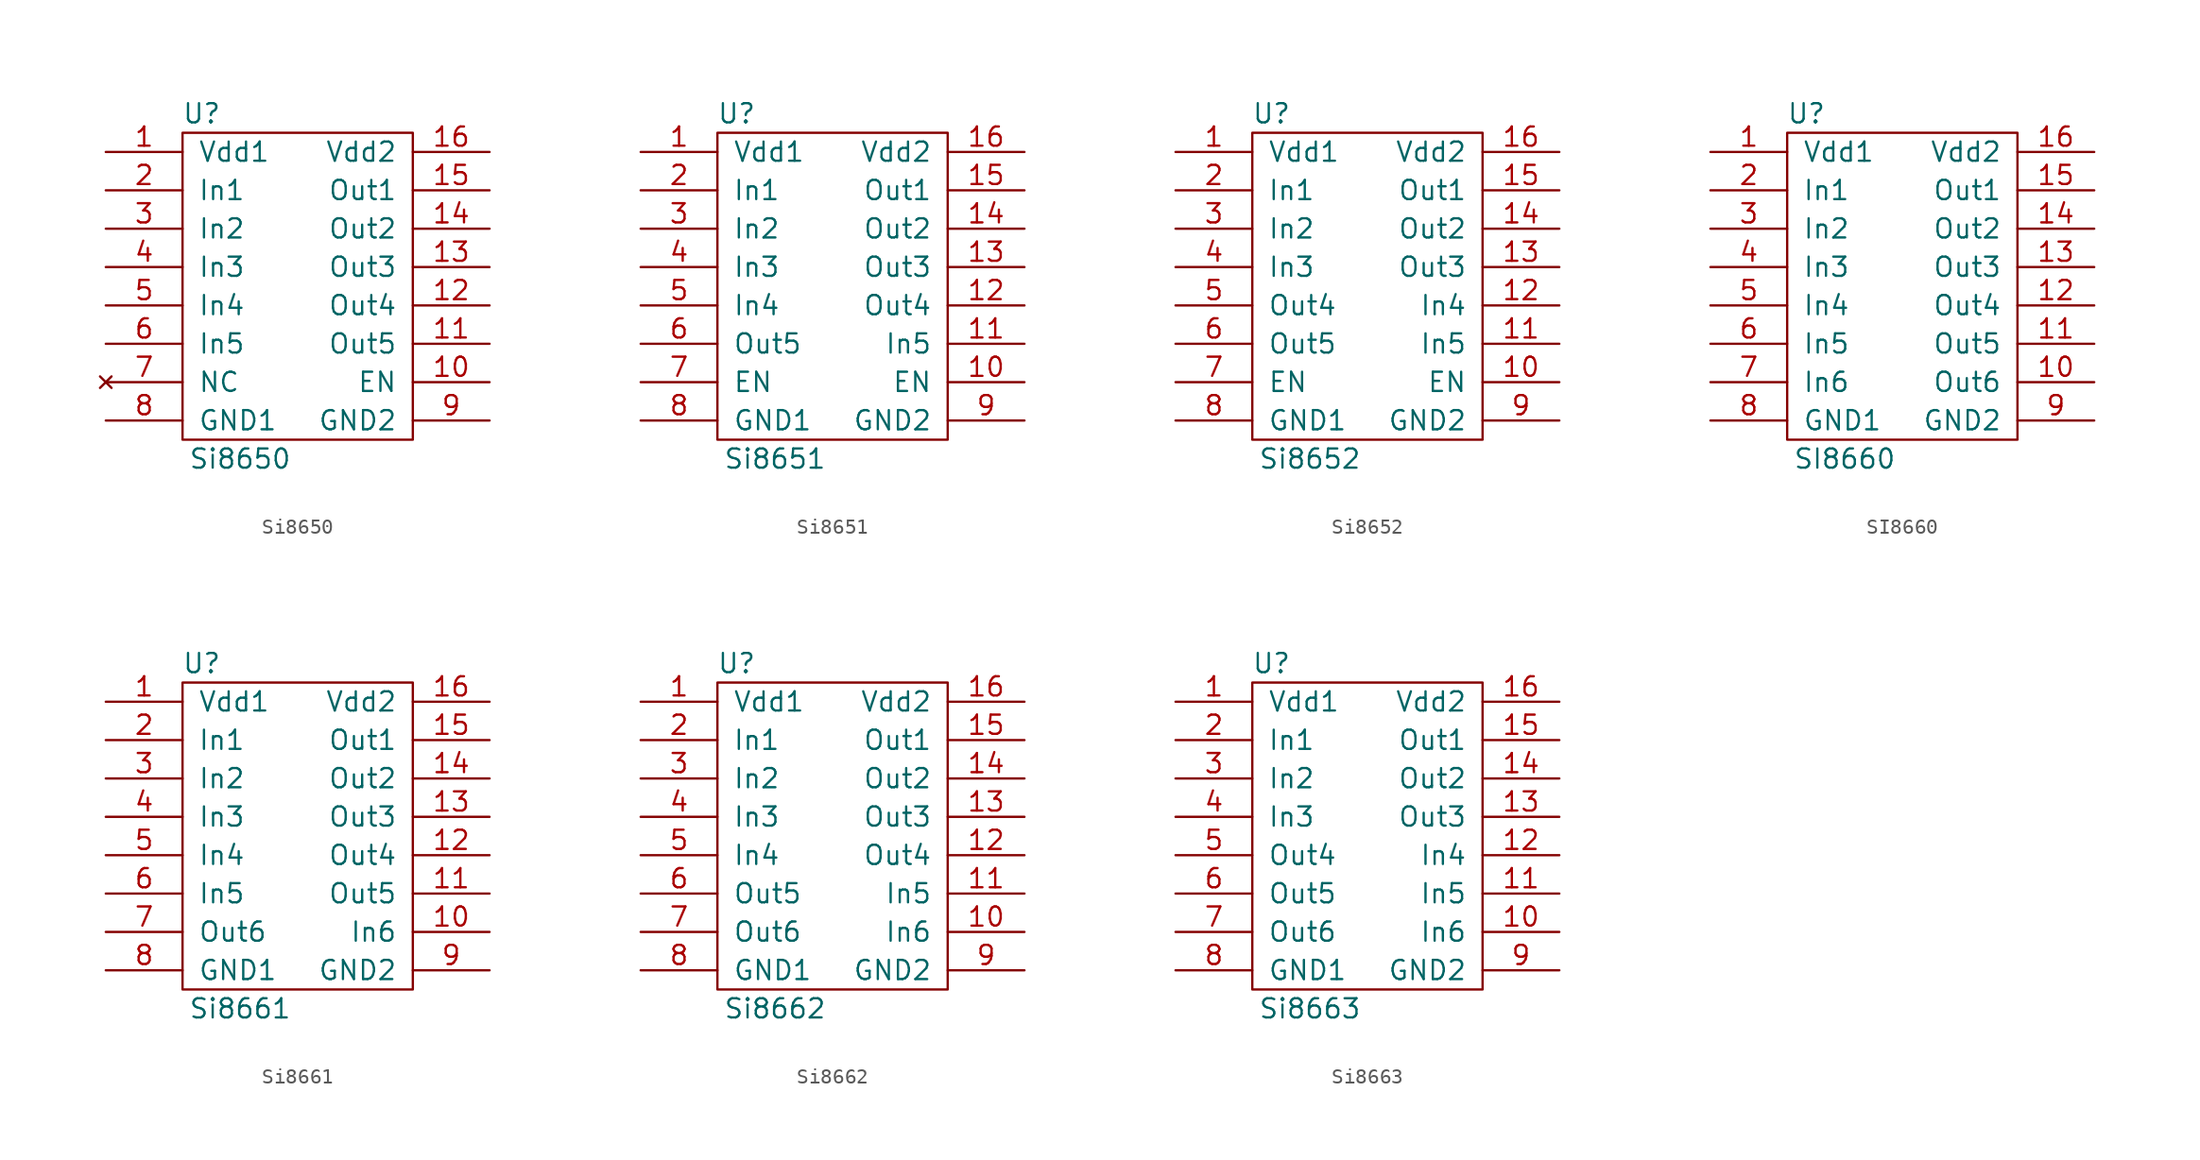
<source format=kicad_sym>
(kicad_symbol_lib
  (version 20211014)
  (generator kicad_symbol_editor)
  (symbol "Si8650"
    (pin_names
      (offset 1.016))
    (property "Reference" "U"
      (at -6.35 12.7 0)
      (effects (font (size 1.27 1.27))))
    (property "Value" "Si8650"
      (at -3.81 -10.16 0)
      (effects (font (size 1.27 1.27))))
    (symbol "Si8650_1_1"
      (rectangle (start -7.62 11.43) (end 7.62 -8.89) (stroke (width 0) (type default) (color 0 0 0 0)) (fill (type none)))
      (pin power_in line (at -12.7 10.16 0) (length 5.08) (name "Vdd1" (effects (font (size 1.27 1.27)))) (number "1" (effects (font (size 1.27 1.27)))))
      (pin input line (at 12.7 -5.08 180) (length 5.08) (name "EN" (effects (font (size 1.27 1.27)))) (number "10" (effects (font (size 1.27 1.27)))))
      (pin output line (at 12.7 -2.54 180) (length 5.08) (name "Out5" (effects (font (size 1.27 1.27)))) (number "11" (effects (font (size 1.27 1.27)))))
      (pin output line (at 12.7 0 180) (length 5.08) (name "Out4" (effects (font (size 1.27 1.27)))) (number "12" (effects (font (size 1.27 1.27)))))
      (pin output line (at 12.7 2.54 180) (length 5.08) (name "Out3" (effects (font (size 1.27 1.27)))) (number "13" (effects (font (size 1.27 1.27)))))
      (pin output line (at 12.7 5.08 180) (length 5.08) (name "Out2" (effects (font (size 1.27 1.27)))) (number "14" (effects (font (size 1.27 1.27)))))
      (pin output line (at 12.7 7.62 180) (length 5.08) (name "Out1" (effects (font (size 1.27 1.27)))) (number "15" (effects (font (size 1.27 1.27)))))
      (pin power_in line (at 12.7 10.16 180) (length 5.08) (name "Vdd2" (effects (font (size 1.27 1.27)))) (number "16" (effects (font (size 1.27 1.27)))))
      (pin input line (at -12.7 7.62 0) (length 5.08) (name "In1" (effects (font (size 1.27 1.27)))) (number "2" (effects (font (size 1.27 1.27)))))
      (pin input line (at -12.7 5.08 0) (length 5.08) (name "In2" (effects (font (size 1.27 1.27)))) (number "3" (effects (font (size 1.27 1.27)))))
      (pin input line (at -12.7 2.54 0) (length 5.08) (name "In3" (effects (font (size 1.27 1.27)))) (number "4" (effects (font (size 1.27 1.27)))))
      (pin input line (at -12.7 0 0) (length 5.08) (name "In4" (effects (font (size 1.27 1.27)))) (number "5" (effects (font (size 1.27 1.27)))))
      (pin input line (at -12.7 -2.54 0) (length 5.08) (name "In5" (effects (font (size 1.27 1.27)))) (number "6" (effects (font (size 1.27 1.27)))))
      (pin no_connect line (at -12.7 -5.08 0) (length 5.08) (name "NC" (effects (font (size 1.27 1.27)))) (number "7" (effects (font (size 1.27 1.27)))))
      (pin power_in line (at -12.7 -7.62 0) (length 5.08) (name "GND1" (effects (font (size 1.27 1.27)))) (number "8" (effects (font (size 1.27 1.27)))))
      (pin power_in line (at 12.7 -7.62 180) (length 5.08) (name "GND2" (effects (font (size 1.27 1.27)))) (number "9" (effects (font (size 1.27 1.27)))))))
  (symbol "Si8651"
    (pin_names
      (offset 1.016))
    (property "Reference" "U"
      (at -6.35 11.43 0)
      (effects (font (size 1.27 1.27))))
    (property "Value" "Si8651"
      (at -3.81 -11.43 0)
      (effects (font (size 1.27 1.27))))
    (symbol "Si8651_1_1"
      (rectangle (start -7.62 10.16) (end 7.62 -10.16) (stroke (width 0) (type default) (color 0 0 0 0)) (fill (type none)))
      (pin power_in line (at -12.7 8.89 0) (length 5.08) (name "Vdd1" (effects (font (size 1.27 1.27)))) (number "1" (effects (font (size 1.27 1.27)))))
      (pin input line (at 12.7 -6.35 180) (length 5.08) (name "EN" (effects (font (size 1.27 1.27)))) (number "10" (effects (font (size 1.27 1.27)))))
      (pin input line (at 12.7 -3.81 180) (length 5.08) (name "In5" (effects (font (size 1.27 1.27)))) (number "11" (effects (font (size 1.27 1.27)))))
      (pin output line (at 12.7 -1.27 180) (length 5.08) (name "Out4" (effects (font (size 1.27 1.27)))) (number "12" (effects (font (size 1.27 1.27)))))
      (pin output line (at 12.7 1.27 180) (length 5.08) (name "Out3" (effects (font (size 1.27 1.27)))) (number "13" (effects (font (size 1.27 1.27)))))
      (pin output line (at 12.7 3.81 180) (length 5.08) (name "Out2" (effects (font (size 1.27 1.27)))) (number "14" (effects (font (size 1.27 1.27)))))
      (pin output line (at 12.7 6.35 180) (length 5.08) (name "Out1" (effects (font (size 1.27 1.27)))) (number "15" (effects (font (size 1.27 1.27)))))
      (pin power_in line (at 12.7 8.89 180) (length 5.08) (name "Vdd2" (effects (font (size 1.27 1.27)))) (number "16" (effects (font (size 1.27 1.27)))))
      (pin input line (at -12.7 6.35 0) (length 5.08) (name "In1" (effects (font (size 1.27 1.27)))) (number "2" (effects (font (size 1.27 1.27)))))
      (pin input line (at -12.7 3.81 0) (length 5.08) (name "In2" (effects (font (size 1.27 1.27)))) (number "3" (effects (font (size 1.27 1.27)))))
      (pin input line (at -12.7 1.27 0) (length 5.08) (name "In3" (effects (font (size 1.27 1.27)))) (number "4" (effects (font (size 1.27 1.27)))))
      (pin input line (at -12.7 -1.27 0) (length 5.08) (name "In4" (effects (font (size 1.27 1.27)))) (number "5" (effects (font (size 1.27 1.27)))))
      (pin output line (at -12.7 -3.81 0) (length 5.08) (name "Out5" (effects (font (size 1.27 1.27)))) (number "6" (effects (font (size 1.27 1.27)))))
      (pin input line (at -12.7 -6.35 0) (length 5.08) (name "EN" (effects (font (size 1.27 1.27)))) (number "7" (effects (font (size 1.27 1.27)))))
      (pin power_in line (at -12.7 -8.89 0) (length 5.08) (name "GND1" (effects (font (size 1.27 1.27)))) (number "8" (effects (font (size 1.27 1.27)))))
      (pin power_in line (at 12.7 -8.89 180) (length 5.08) (name "GND2" (effects (font (size 1.27 1.27)))) (number "9" (effects (font (size 1.27 1.27)))))))
  (symbol "Si8652"
    (pin_names
      (offset 1.016))
    (property "Reference" "U"
      (at -6.35 11.43 0)
      (effects (font (size 1.27 1.27))))
    (property "Value" "Si8652"
      (at -3.81 -11.43 0)
      (effects (font (size 1.27 1.27))))
    (symbol "Si8652_1_1"
      (rectangle (start -7.62 10.16) (end 7.62 -10.16) (stroke (width 0) (type default) (color 0 0 0 0)) (fill (type none)))
      (pin power_in line (at -12.7 8.89 0) (length 5.08) (name "Vdd1" (effects (font (size 1.27 1.27)))) (number "1" (effects (font (size 1.27 1.27)))))
      (pin input line (at 12.7 -6.35 180) (length 5.08) (name "EN" (effects (font (size 1.27 1.27)))) (number "10" (effects (font (size 1.27 1.27)))))
      (pin input line (at 12.7 -3.81 180) (length 5.08) (name "In5" (effects (font (size 1.27 1.27)))) (number "11" (effects (font (size 1.27 1.27)))))
      (pin input line (at 12.7 -1.27 180) (length 5.08) (name "In4" (effects (font (size 1.27 1.27)))) (number "12" (effects (font (size 1.27 1.27)))))
      (pin output line (at 12.7 1.27 180) (length 5.08) (name "Out3" (effects (font (size 1.27 1.27)))) (number "13" (effects (font (size 1.27 1.27)))))
      (pin output line (at 12.7 3.81 180) (length 5.08) (name "Out2" (effects (font (size 1.27 1.27)))) (number "14" (effects (font (size 1.27 1.27)))))
      (pin output line (at 12.7 6.35 180) (length 5.08) (name "Out1" (effects (font (size 1.27 1.27)))) (number "15" (effects (font (size 1.27 1.27)))))
      (pin power_in line (at 12.7 8.89 180) (length 5.08) (name "Vdd2" (effects (font (size 1.27 1.27)))) (number "16" (effects (font (size 1.27 1.27)))))
      (pin input line (at -12.7 6.35 0) (length 5.08) (name "In1" (effects (font (size 1.27 1.27)))) (number "2" (effects (font (size 1.27 1.27)))))
      (pin input line (at -12.7 3.81 0) (length 5.08) (name "In2" (effects (font (size 1.27 1.27)))) (number "3" (effects (font (size 1.27 1.27)))))
      (pin input line (at -12.7 1.27 0) (length 5.08) (name "In3" (effects (font (size 1.27 1.27)))) (number "4" (effects (font (size 1.27 1.27)))))
      (pin output line (at -12.7 -1.27 0) (length 5.08) (name "Out4" (effects (font (size 1.27 1.27)))) (number "5" (effects (font (size 1.27 1.27)))))
      (pin output line (at -12.7 -3.81 0) (length 5.08) (name "Out5" (effects (font (size 1.27 1.27)))) (number "6" (effects (font (size 1.27 1.27)))))
      (pin input line (at -12.7 -6.35 0) (length 5.08) (name "EN" (effects (font (size 1.27 1.27)))) (number "7" (effects (font (size 1.27 1.27)))))
      (pin power_in line (at -12.7 -8.89 0) (length 5.08) (name "GND1" (effects (font (size 1.27 1.27)))) (number "8" (effects (font (size 1.27 1.27)))))
      (pin power_in line (at 12.7 -8.89 180) (length 5.08) (name "GND2" (effects (font (size 1.27 1.27)))) (number "9" (effects (font (size 1.27 1.27)))))))
  (symbol "SI8660"
    (pin_names
      (offset 1.016))
    (property "Reference" "U"
      (at -6.35 11.43 0)
      (effects (font (size 1.27 1.27))))
    (property "Value" "SI8660"
      (at -3.81 -11.43 0)
      (effects (font (size 1.27 1.27))))
    (symbol "SI8660_1_1"
      (rectangle (start -7.62 10.16) (end 7.62 -10.16) (stroke (width 0) (type default) (color 0 0 0 0)) (fill (type none)))
      (pin power_in line (at -12.7 8.89 0) (length 5.08) (name "Vdd1" (effects (font (size 1.27 1.27)))) (number "1" (effects (font (size 1.27 1.27)))))
      (pin output line (at 12.7 -6.35 180) (length 5.08) (name "Out6" (effects (font (size 1.27 1.27)))) (number "10" (effects (font (size 1.27 1.27)))))
      (pin output line (at 12.7 -3.81 180) (length 5.08) (name "Out5" (effects (font (size 1.27 1.27)))) (number "11" (effects (font (size 1.27 1.27)))))
      (pin output line (at 12.7 -1.27 180) (length 5.08) (name "Out4" (effects (font (size 1.27 1.27)))) (number "12" (effects (font (size 1.27 1.27)))))
      (pin output line (at 12.7 1.27 180) (length 5.08) (name "Out3" (effects (font (size 1.27 1.27)))) (number "13" (effects (font (size 1.27 1.27)))))
      (pin output line (at 12.7 3.81 180) (length 5.08) (name "Out2" (effects (font (size 1.27 1.27)))) (number "14" (effects (font (size 1.27 1.27)))))
      (pin output line (at 12.7 6.35 180) (length 5.08) (name "Out1" (effects (font (size 1.27 1.27)))) (number "15" (effects (font (size 1.27 1.27)))))
      (pin power_in line (at 12.7 8.89 180) (length 5.08) (name "Vdd2" (effects (font (size 1.27 1.27)))) (number "16" (effects (font (size 1.27 1.27)))))
      (pin input line (at -12.7 6.35 0) (length 5.08) (name "In1" (effects (font (size 1.27 1.27)))) (number "2" (effects (font (size 1.27 1.27)))))
      (pin input line (at -12.7 3.81 0) (length 5.08) (name "In2" (effects (font (size 1.27 1.27)))) (number "3" (effects (font (size 1.27 1.27)))))
      (pin input line (at -12.7 1.27 0) (length 5.08) (name "In3" (effects (font (size 1.27 1.27)))) (number "4" (effects (font (size 1.27 1.27)))))
      (pin input line (at -12.7 -1.27 0) (length 5.08) (name "In4" (effects (font (size 1.27 1.27)))) (number "5" (effects (font (size 1.27 1.27)))))
      (pin input line (at -12.7 -3.81 0) (length 5.08) (name "In5" (effects (font (size 1.27 1.27)))) (number "6" (effects (font (size 1.27 1.27)))))
      (pin input line (at -12.7 -6.35 0) (length 5.08) (name "In6" (effects (font (size 1.27 1.27)))) (number "7" (effects (font (size 1.27 1.27)))))
      (pin power_in line (at -12.7 -8.89 0) (length 5.08) (name "GND1" (effects (font (size 1.27 1.27)))) (number "8" (effects (font (size 1.27 1.27)))))
      (pin power_in line (at 12.7 -8.89 180) (length 5.08) (name "GND2" (effects (font (size 1.27 1.27)))) (number "9" (effects (font (size 1.27 1.27)))))))
  (symbol "Si8661"
    (pin_names
      (offset 1.016))
    (property "Reference" "U"
      (at -6.35 11.43 0)
      (effects (font (size 1.27 1.27))))
    (property "Value" "Si8661"
      (at -3.81 -11.43 0)
      (effects (font (size 1.27 1.27))))
    (symbol "Si8661_1_1"
      (rectangle (start -7.62 10.16) (end 7.62 -10.16) (stroke (width 0) (type default) (color 0 0 0 0)) (fill (type none)))
      (pin power_in line (at -12.7 8.89 0) (length 5.08) (name "Vdd1" (effects (font (size 1.27 1.27)))) (number "1" (effects (font (size 1.27 1.27)))))
      (pin input line (at 12.7 -6.35 180) (length 5.08) (name "In6" (effects (font (size 1.27 1.27)))) (number "10" (effects (font (size 1.27 1.27)))))
      (pin output line (at 12.7 -3.81 180) (length 5.08) (name "Out5" (effects (font (size 1.27 1.27)))) (number "11" (effects (font (size 1.27 1.27)))))
      (pin output line (at 12.7 -1.27 180) (length 5.08) (name "Out4" (effects (font (size 1.27 1.27)))) (number "12" (effects (font (size 1.27 1.27)))))
      (pin output line (at 12.7 1.27 180) (length 5.08) (name "Out3" (effects (font (size 1.27 1.27)))) (number "13" (effects (font (size 1.27 1.27)))))
      (pin output line (at 12.7 3.81 180) (length 5.08) (name "Out2" (effects (font (size 1.27 1.27)))) (number "14" (effects (font (size 1.27 1.27)))))
      (pin output line (at 12.7 6.35 180) (length 5.08) (name "Out1" (effects (font (size 1.27 1.27)))) (number "15" (effects (font (size 1.27 1.27)))))
      (pin power_in line (at 12.7 8.89 180) (length 5.08) (name "Vdd2" (effects (font (size 1.27 1.27)))) (number "16" (effects (font (size 1.27 1.27)))))
      (pin input line (at -12.7 6.35 0) (length 5.08) (name "In1" (effects (font (size 1.27 1.27)))) (number "2" (effects (font (size 1.27 1.27)))))
      (pin input line (at -12.7 3.81 0) (length 5.08) (name "In2" (effects (font (size 1.27 1.27)))) (number "3" (effects (font (size 1.27 1.27)))))
      (pin input line (at -12.7 1.27 0) (length 5.08) (name "In3" (effects (font (size 1.27 1.27)))) (number "4" (effects (font (size 1.27 1.27)))))
      (pin input line (at -12.7 -1.27 0) (length 5.08) (name "In4" (effects (font (size 1.27 1.27)))) (number "5" (effects (font (size 1.27 1.27)))))
      (pin input line (at -12.7 -3.81 0) (length 5.08) (name "In5" (effects (font (size 1.27 1.27)))) (number "6" (effects (font (size 1.27 1.27)))))
      (pin output line (at -12.7 -6.35 0) (length 5.08) (name "Out6" (effects (font (size 1.27 1.27)))) (number "7" (effects (font (size 1.27 1.27)))))
      (pin power_in line (at -12.7 -8.89 0) (length 5.08) (name "GND1" (effects (font (size 1.27 1.27)))) (number "8" (effects (font (size 1.27 1.27)))))
      (pin power_in line (at 12.7 -8.89 180) (length 5.08) (name "GND2" (effects (font (size 1.27 1.27)))) (number "9" (effects (font (size 1.27 1.27)))))))
  (symbol "Si8662"
    (pin_names
      (offset 1.016))
    (property "Reference" "U"
      (at -6.35 11.43 0)
      (effects (font (size 1.27 1.27))))
    (property "Value" "Si8662"
      (at -3.81 -11.43 0)
      (effects (font (size 1.27 1.27))))
    (symbol "Si8662_1_1"
      (rectangle (start -7.62 10.16) (end 7.62 -10.16) (stroke (width 0) (type default) (color 0 0 0 0)) (fill (type none)))
      (pin power_in line (at -12.7 8.89 0) (length 5.08) (name "Vdd1" (effects (font (size 1.27 1.27)))) (number "1" (effects (font (size 1.27 1.27)))))
      (pin input line (at 12.7 -6.35 180) (length 5.08) (name "In6" (effects (font (size 1.27 1.27)))) (number "10" (effects (font (size 1.27 1.27)))))
      (pin input line (at 12.7 -3.81 180) (length 5.08) (name "In5" (effects (font (size 1.27 1.27)))) (number "11" (effects (font (size 1.27 1.27)))))
      (pin output line (at 12.7 -1.27 180) (length 5.08) (name "Out4" (effects (font (size 1.27 1.27)))) (number "12" (effects (font (size 1.27 1.27)))))
      (pin output line (at 12.7 1.27 180) (length 5.08) (name "Out3" (effects (font (size 1.27 1.27)))) (number "13" (effects (font (size 1.27 1.27)))))
      (pin output line (at 12.7 3.81 180) (length 5.08) (name "Out2" (effects (font (size 1.27 1.27)))) (number "14" (effects (font (size 1.27 1.27)))))
      (pin output line (at 12.7 6.35 180) (length 5.08) (name "Out1" (effects (font (size 1.27 1.27)))) (number "15" (effects (font (size 1.27 1.27)))))
      (pin power_in line (at 12.7 8.89 180) (length 5.08) (name "Vdd2" (effects (font (size 1.27 1.27)))) (number "16" (effects (font (size 1.27 1.27)))))
      (pin input line (at -12.7 6.35 0) (length 5.08) (name "In1" (effects (font (size 1.27 1.27)))) (number "2" (effects (font (size 1.27 1.27)))))
      (pin input line (at -12.7 3.81 0) (length 5.08) (name "In2" (effects (font (size 1.27 1.27)))) (number "3" (effects (font (size 1.27 1.27)))))
      (pin input line (at -12.7 1.27 0) (length 5.08) (name "In3" (effects (font (size 1.27 1.27)))) (number "4" (effects (font (size 1.27 1.27)))))
      (pin input line (at -12.7 -1.27 0) (length 5.08) (name "In4" (effects (font (size 1.27 1.27)))) (number "5" (effects (font (size 1.27 1.27)))))
      (pin output line (at -12.7 -3.81 0) (length 5.08) (name "Out5" (effects (font (size 1.27 1.27)))) (number "6" (effects (font (size 1.27 1.27)))))
      (pin output line (at -12.7 -6.35 0) (length 5.08) (name "Out6" (effects (font (size 1.27 1.27)))) (number "7" (effects (font (size 1.27 1.27)))))
      (pin power_in line (at -12.7 -8.89 0) (length 5.08) (name "GND1" (effects (font (size 1.27 1.27)))) (number "8" (effects (font (size 1.27 1.27)))))
      (pin power_in line (at 12.7 -8.89 180) (length 5.08) (name "GND2" (effects (font (size 1.27 1.27)))) (number "9" (effects (font (size 1.27 1.27)))))))
  (symbol "Si8663"
    (pin_names
      (offset 1.016))
    (property "Reference" "U"
      (at -6.35 11.43 0)
      (effects (font (size 1.27 1.27))))
    (property "Value" "Si8663"
      (at -3.81 -11.43 0)
      (effects (font (size 1.27 1.27))))
    (symbol "Si8663_1_1"
      (rectangle (start -7.62 10.16) (end 7.62 -10.16) (stroke (width 0) (type default) (color 0 0 0 0)) (fill (type none)))
      (pin power_in line (at -12.7 8.89 0) (length 5.08) (name "Vdd1" (effects (font (size 1.27 1.27)))) (number "1" (effects (font (size 1.27 1.27)))))
      (pin input line (at 12.7 -6.35 180) (length 5.08) (name "In6" (effects (font (size 1.27 1.27)))) (number "10" (effects (font (size 1.27 1.27)))))
      (pin input line (at 12.7 -3.81 180) (length 5.08) (name "In5" (effects (font (size 1.27 1.27)))) (number "11" (effects (font (size 1.27 1.27)))))
      (pin input line (at 12.7 -1.27 180) (length 5.08) (name "In4" (effects (font (size 1.27 1.27)))) (number "12" (effects (font (size 1.27 1.27)))))
      (pin output line (at 12.7 1.27 180) (length 5.08) (name "Out3" (effects (font (size 1.27 1.27)))) (number "13" (effects (font (size 1.27 1.27)))))
      (pin output line (at 12.7 3.81 180) (length 5.08) (name "Out2" (effects (font (size 1.27 1.27)))) (number "14" (effects (font (size 1.27 1.27)))))
      (pin output line (at 12.7 6.35 180) (length 5.08) (name "Out1" (effects (font (size 1.27 1.27)))) (number "15" (effects (font (size 1.27 1.27)))))
      (pin power_in line (at 12.7 8.89 180) (length 5.08) (name "Vdd2" (effects (font (size 1.27 1.27)))) (number "16" (effects (font (size 1.27 1.27)))))
      (pin input line (at -12.7 6.35 0) (length 5.08) (name "In1" (effects (font (size 1.27 1.27)))) (number "2" (effects (font (size 1.27 1.27)))))
      (pin input line (at -12.7 3.81 0) (length 5.08) (name "In2" (effects (font (size 1.27 1.27)))) (number "3" (effects (font (size 1.27 1.27)))))
      (pin input line (at -12.7 1.27 0) (length 5.08) (name "In3" (effects (font (size 1.27 1.27)))) (number "4" (effects (font (size 1.27 1.27)))))
      (pin output line (at -12.7 -1.27 0) (length 5.08) (name "Out4" (effects (font (size 1.27 1.27)))) (number "5" (effects (font (size 1.27 1.27)))))
      (pin output line (at -12.7 -3.81 0) (length 5.08) (name "Out5" (effects (font (size 1.27 1.27)))) (number "6" (effects (font (size 1.27 1.27)))))
      (pin output line (at -12.7 -6.35 0) (length 5.08) (name "Out6" (effects (font (size 1.27 1.27)))) (number "7" (effects (font (size 1.27 1.27)))))
      (pin power_in line (at -12.7 -8.89 0) (length 5.08) (name "GND1" (effects (font (size 1.27 1.27)))) (number "8" (effects (font (size 1.27 1.27)))))
      (pin power_in line (at 12.7 -8.89 180) (length 5.08) (name "GND2" (effects (font (size 1.27 1.27)))) (number "9" (effects (font (size 1.27 1.27))))))))
</source>
